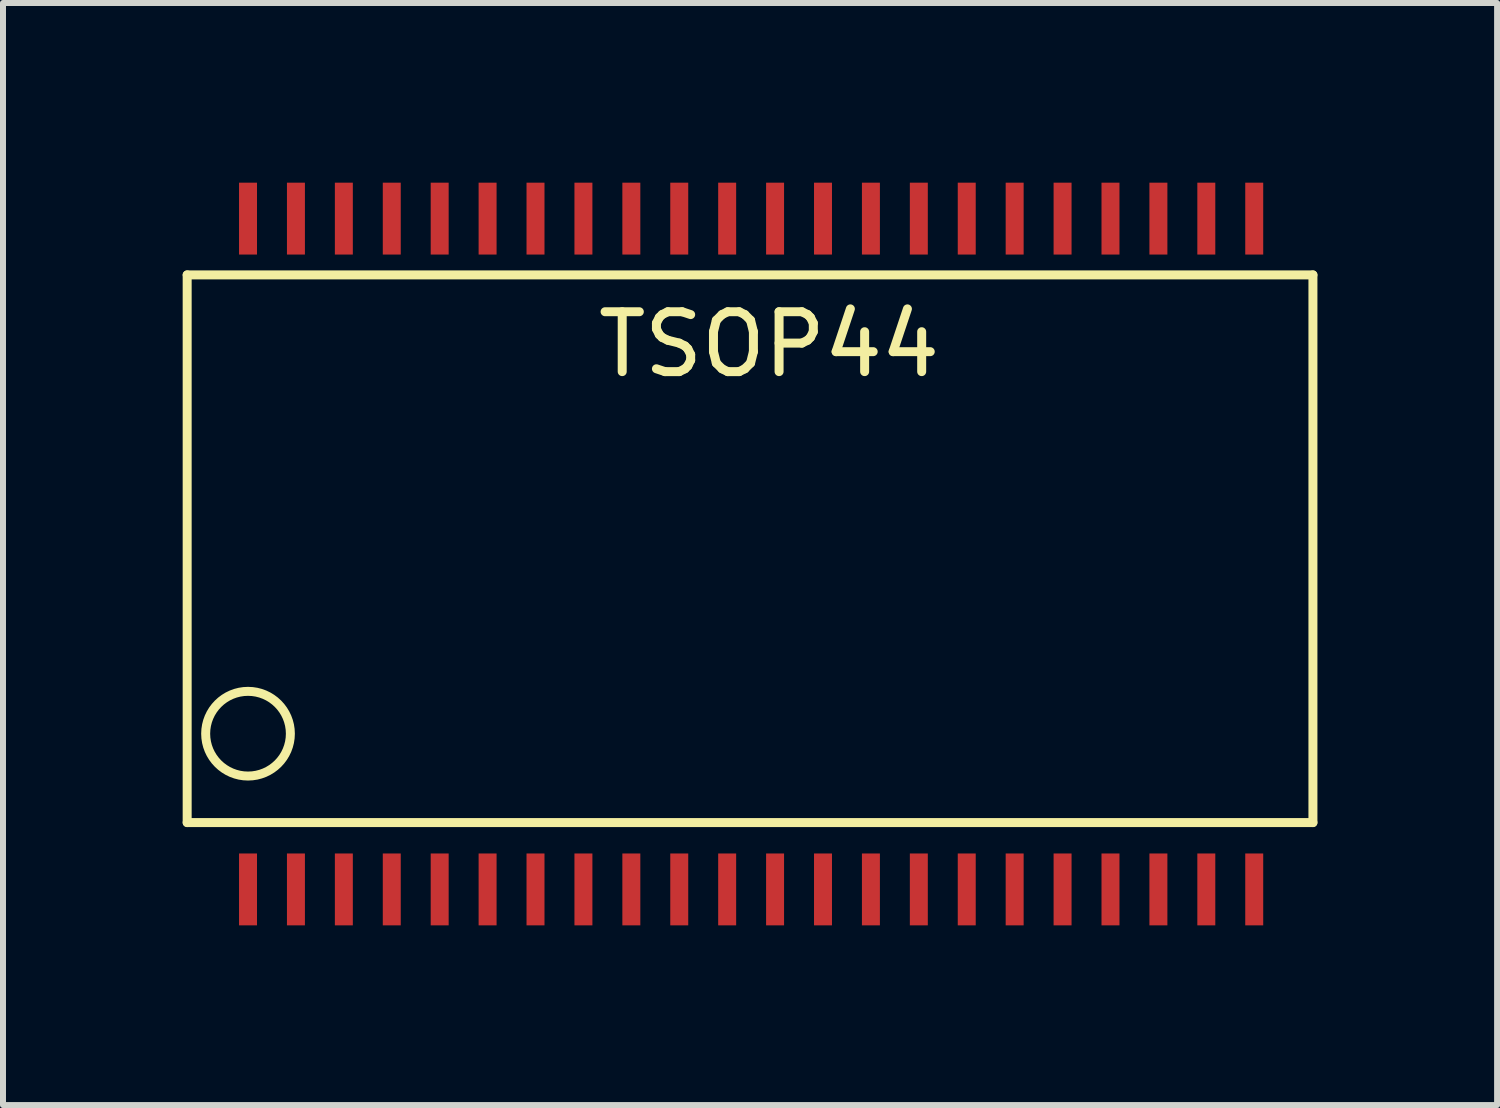
<source format=kicad_pcb>
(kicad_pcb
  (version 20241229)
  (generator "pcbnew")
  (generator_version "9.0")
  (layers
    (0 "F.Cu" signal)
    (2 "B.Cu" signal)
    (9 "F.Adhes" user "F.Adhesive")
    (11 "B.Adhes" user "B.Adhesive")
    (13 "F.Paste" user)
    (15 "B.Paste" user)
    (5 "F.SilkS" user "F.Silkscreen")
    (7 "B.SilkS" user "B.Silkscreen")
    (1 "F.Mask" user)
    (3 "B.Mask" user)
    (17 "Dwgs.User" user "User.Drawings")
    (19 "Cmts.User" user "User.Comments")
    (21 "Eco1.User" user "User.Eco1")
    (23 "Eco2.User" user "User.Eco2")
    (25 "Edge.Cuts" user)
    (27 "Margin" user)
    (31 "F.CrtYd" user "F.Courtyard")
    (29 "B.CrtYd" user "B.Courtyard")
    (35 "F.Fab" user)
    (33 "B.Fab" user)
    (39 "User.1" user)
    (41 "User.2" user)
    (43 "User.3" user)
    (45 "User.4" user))
  (footprint "TSOP44"
    (layer "F.Cu")
    (at 1.091 11.6)
    (property "Reference" "TSOP44" (at 8.7 -8.9 0) (layer "F.SilkS") (effects (font (size 1 1) (thickness 0.15))))
    (attr through_hole)
    (fp_line (start -1.016 -10.06) (end 17.78 -10.06) (stroke (width 0.15) (type solid)) (layer "F.SilkS"))
    (fp_line (start -1.016 -0.916) (end -1.016 -10.06) (stroke (width 0.15) (type solid)) (layer "F.SilkS"))
    (fp_line (start 17.78 -10.06) (end 17.78 -0.916) (stroke (width 0.15) (type solid)) (layer "F.SilkS"))
    (fp_line (start 17.78 -0.916) (end -1.016 -0.916) (stroke (width 0.15) (type solid)) (layer "F.SilkS"))
    (fp_circle (center 0 -2.4) (end 0.5 -1.9) (stroke (width 0.15) (type solid)) (fill no) (layer "F.SilkS"))
    (pad "1" smd rect (at 0 0.2) (size 0.3 1.2) (layers "F.Cu" "F.Mask" "F.Paste"))
    (pad "2" smd rect (at 0.8 0.2) (size 0.3 1.2) (layers "F.Cu" "F.Mask" "F.Paste"))
    (pad "3" smd rect (at 1.6 0.2) (size 0.3 1.2) (layers "F.Cu" "F.Mask" "F.Paste"))
    (pad "4" smd rect (at 2.4 0.2) (size 0.3 1.2) (layers "F.Cu" "F.Mask" "F.Paste"))
    (pad "5" smd rect (at 3.2 0.2) (size 0.3 1.2) (layers "F.Cu" "F.Mask" "F.Paste"))
    (pad "6" smd rect (at 4 0.2) (size 0.3 1.2) (layers "F.Cu" "F.Mask" "F.Paste"))
    (pad "7" smd rect (at 4.8 0.2) (size 0.3 1.2) (layers "F.Cu" "F.Mask" "F.Paste"))
    (pad "8" smd rect (at 5.6 0.2) (size 0.3 1.2) (layers "F.Cu" "F.Mask" "F.Paste"))
    (pad "9" smd rect (at 6.4 0.2) (size 0.3 1.2) (layers "F.Cu" "F.Mask" "F.Paste"))
    (pad "10" smd rect (at 7.2 0.2) (size 0.3 1.2) (layers "F.Cu" "F.Mask" "F.Paste"))
    (pad "11" smd rect (at 8 0.2) (size 0.3 1.2) (layers "F.Cu" "F.Mask" "F.Paste"))
    (pad "12" smd rect (at 8.8 0.2) (size 0.3 1.2) (layers "F.Cu" "F.Mask" "F.Paste"))
    (pad "13" smd rect (at 9.6 0.2) (size 0.3 1.2) (layers "F.Cu" "F.Mask" "F.Paste"))
    (pad "14" smd rect (at 10.4 0.2) (size 0.3 1.2) (layers "F.Cu" "F.Mask" "F.Paste"))
    (pad "15" smd rect (at 11.2 0.2) (size 0.3 1.2) (layers "F.Cu" "F.Mask" "F.Paste"))
    (pad "16" smd rect (at 12 0.2) (size 0.3 1.2) (layers "F.Cu" "F.Mask" "F.Paste"))
    (pad "17" smd rect (at 12.8 0.2) (size 0.3 1.2) (layers "F.Cu" "F.Mask" "F.Paste"))
    (pad "18" smd rect (at 13.6 0.2) (size 0.3 1.2) (layers "F.Cu" "F.Mask" "F.Paste"))
    (pad "19" smd rect (at 14.4 0.2) (size 0.3 1.2) (layers "F.Cu" "F.Mask" "F.Paste"))
    (pad "20" smd rect (at 15.2 0.2) (size 0.3 1.2) (layers "F.Cu" "F.Mask" "F.Paste"))
    (pad "21" smd rect (at 16 0.2) (size 0.3 1.2) (layers "F.Cu" "F.Mask" "F.Paste"))
    (pad "22" smd rect (at 16.8 0.2) (size 0.3 1.2) (layers "F.Cu" "F.Mask" "F.Paste"))
    (pad "23" smd rect (at 16.8 -11) (size 0.3 1.2) (layers "F.Cu" "F.Mask" "F.Paste"))
    (pad "24" smd rect (at 16 -11) (size 0.3 1.2) (layers "F.Cu" "F.Mask" "F.Paste"))
    (pad "25" smd rect (at 15.2 -11) (size 0.3 1.2) (layers "F.Cu" "F.Mask" "F.Paste"))
    (pad "26" smd rect (at 14.4 -11) (size 0.3 1.2) (layers "F.Cu" "F.Mask" "F.Paste"))
    (pad "27" smd rect (at 13.6 -11) (size 0.3 1.2) (layers "F.Cu" "F.Mask" "F.Paste"))
    (pad "28" smd rect (at 12.8 -11) (size 0.3 1.2) (layers "F.Cu" "F.Mask" "F.Paste"))
    (pad "29" smd rect (at 12 -11) (size 0.3 1.2) (layers "F.Cu" "F.Mask" "F.Paste"))
    (pad "30" smd rect (at 11.2 -11) (size 0.3 1.2) (layers "F.Cu" "F.Mask" "F.Paste"))
    (pad "31" smd rect (at 10.4 -11) (size 0.3 1.2) (layers "F.Cu" "F.Mask" "F.Paste"))
    (pad "32" smd rect (at 9.6 -11) (size 0.3 1.2) (layers "F.Cu" "F.Mask" "F.Paste"))
    (pad "33" smd rect (at 8.8 -11) (size 0.3 1.2) (layers "F.Cu" "F.Mask" "F.Paste"))
    (pad "34" smd rect (at 8 -11) (size 0.3 1.2) (layers "F.Cu" "F.Mask" "F.Paste"))
    (pad "35" smd rect (at 7.2 -11) (size 0.3 1.2) (layers "F.Cu" "F.Mask" "F.Paste"))
    (pad "36" smd rect (at 6.4 -11) (size 0.3 1.2) (layers "F.Cu" "F.Mask" "F.Paste"))
    (pad "37" smd rect (at 5.6 -11) (size 0.3 1.2) (layers "F.Cu" "F.Mask" "F.Paste"))
    (pad "38" smd rect (at 4.8 -11) (size 0.3 1.2) (layers "F.Cu" "F.Mask" "F.Paste"))
    (pad "39" smd rect (at 4 -11) (size 0.3 1.2) (layers "F.Cu" "F.Mask" "F.Paste"))
    (pad "40" smd rect (at 3.2 -11) (size 0.3 1.2) (layers "F.Cu" "F.Mask" "F.Paste"))
    (pad "41" smd rect (at 2.4 -11) (size 0.3 1.2) (layers "F.Cu" "F.Mask" "F.Paste"))
    (pad "42" smd rect (at 1.6 -11) (size 0.3 1.2) (layers "F.Cu" "F.Mask" "F.Paste"))
    (pad "43" smd rect (at 0.8 -11) (size 0.3 1.2) (layers "F.Cu" "F.Mask" "F.Paste"))
    (pad "44" smd rect (at 0 -11) (size 0.3 1.2) (layers "F.Cu" "F.Mask" "F.Paste")))
  (gr_rect
    (start -3 -3)
    (end 21.946 15.4)
    (stroke (width 0.1) (type default))
    (fill no)
    (layer "Edge.Cuts")))
</source>
